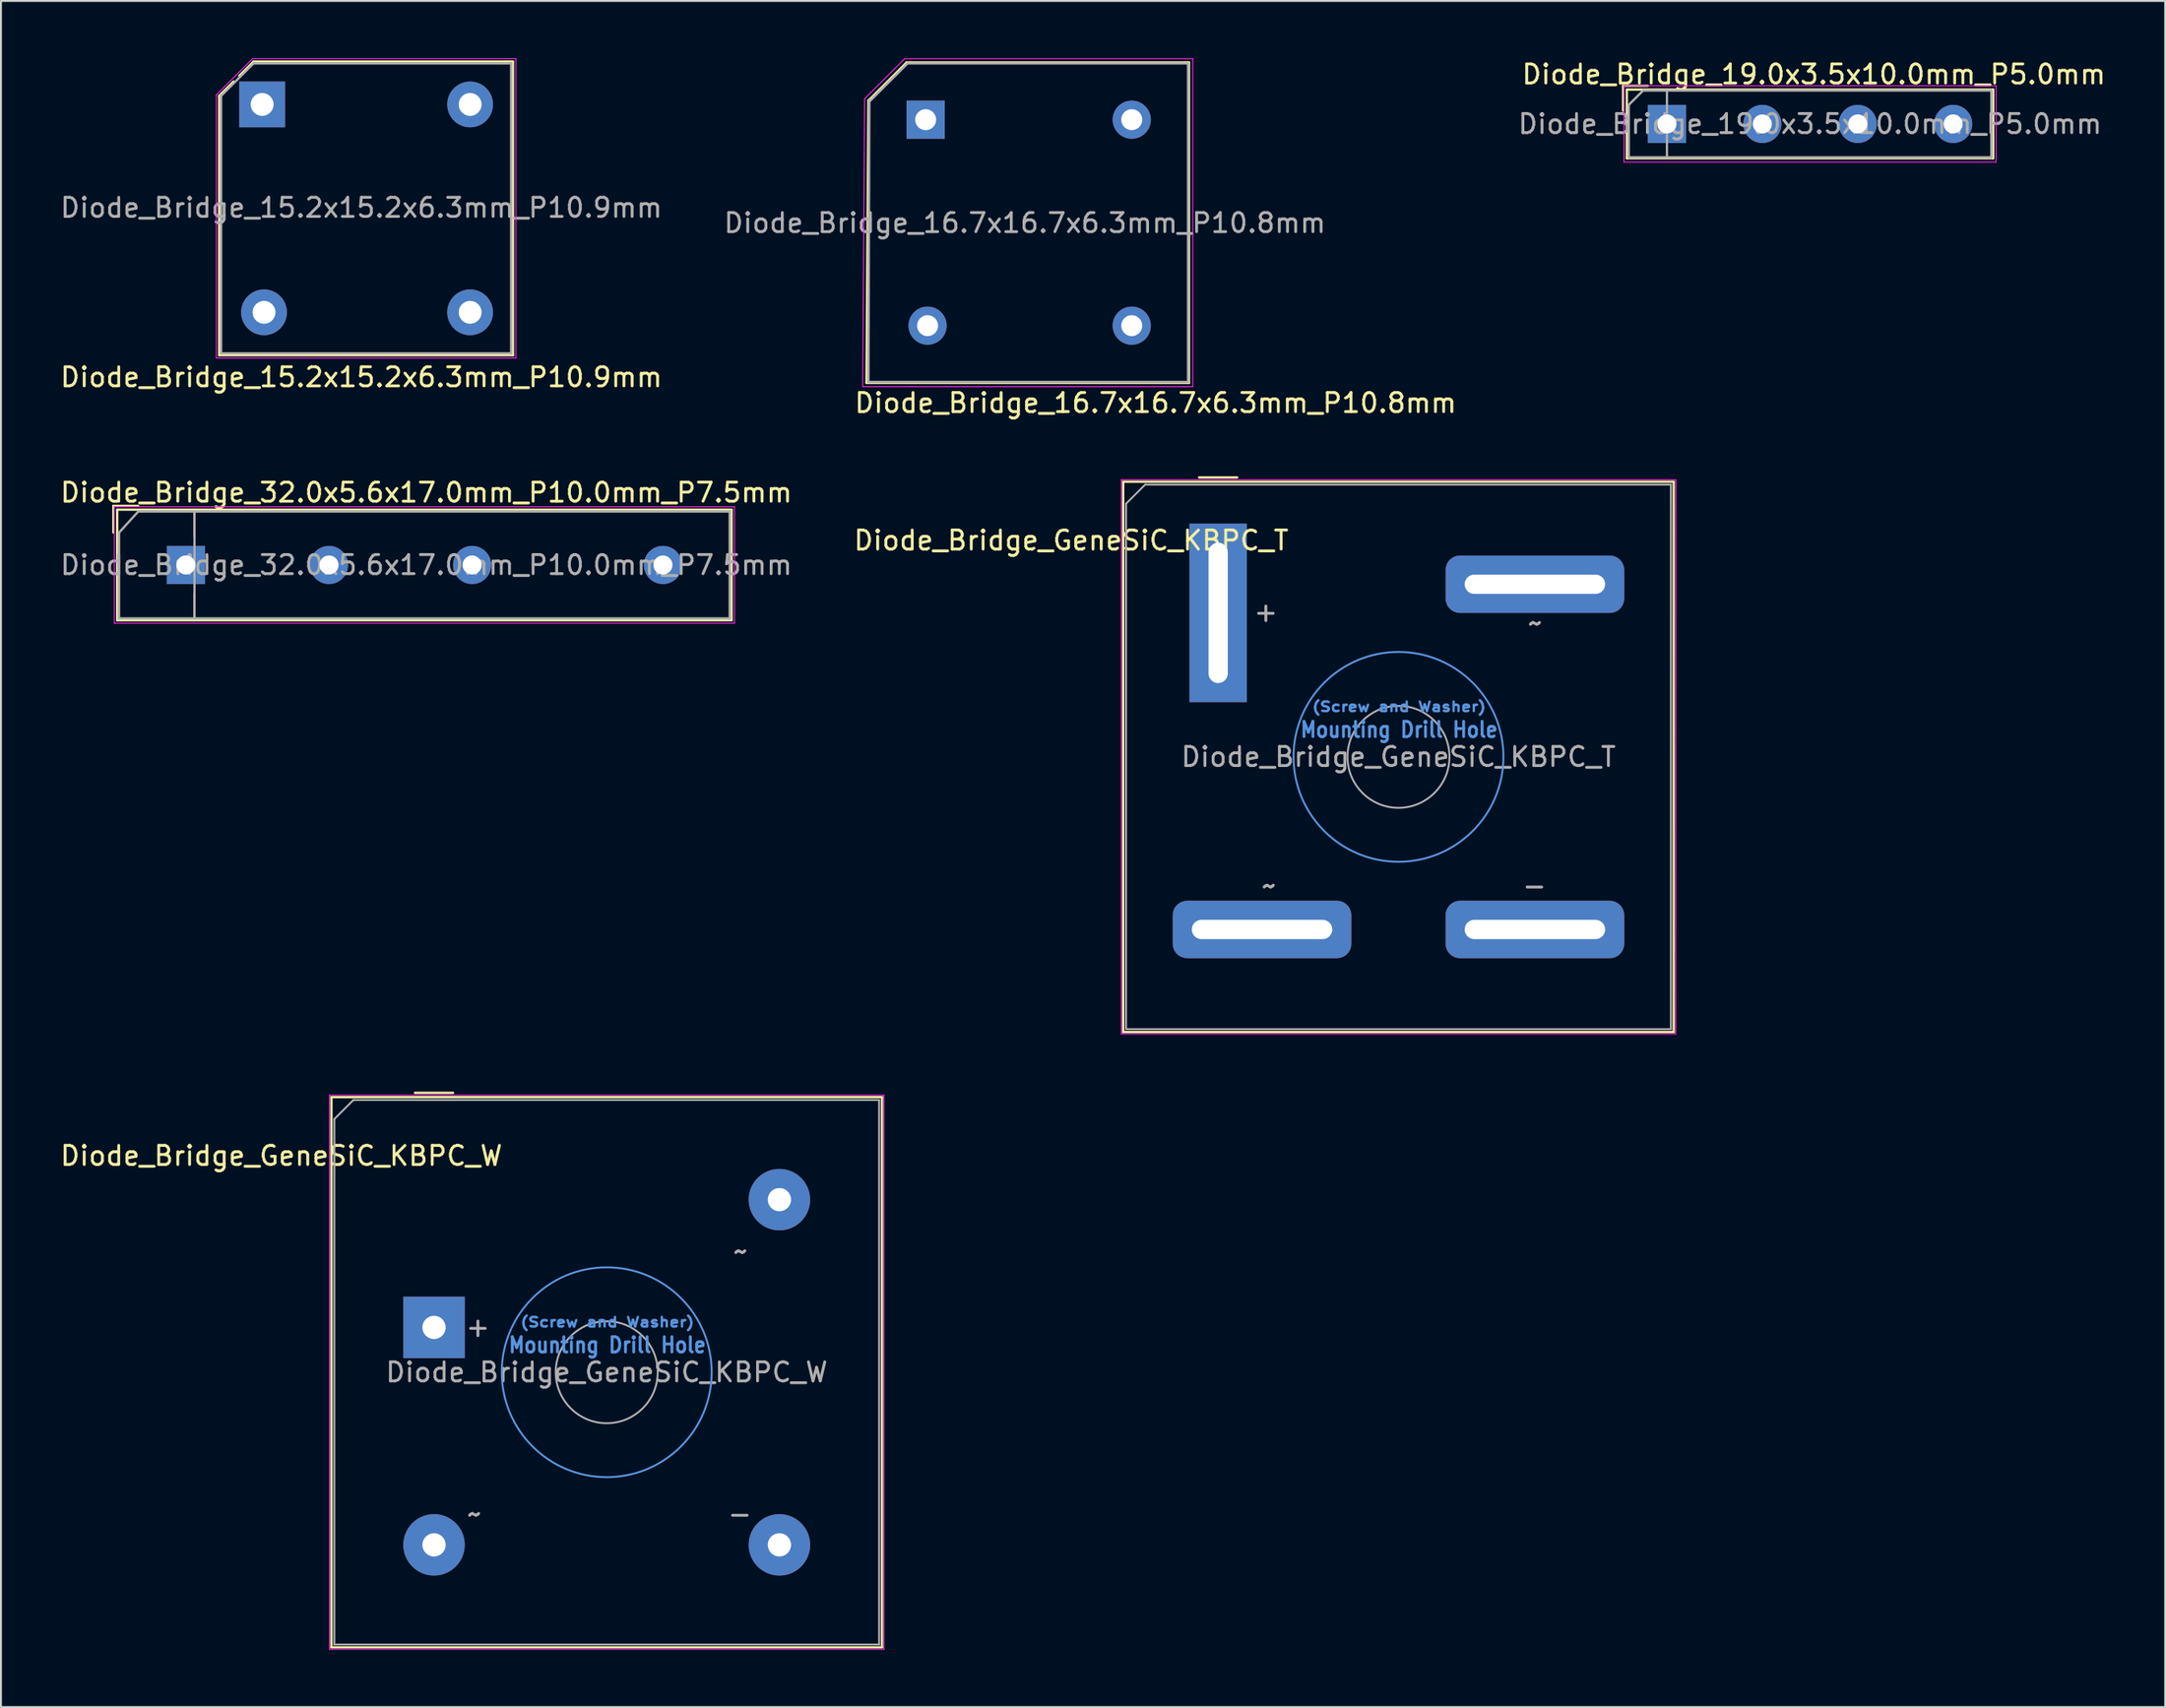
<source format=kicad_pcb>
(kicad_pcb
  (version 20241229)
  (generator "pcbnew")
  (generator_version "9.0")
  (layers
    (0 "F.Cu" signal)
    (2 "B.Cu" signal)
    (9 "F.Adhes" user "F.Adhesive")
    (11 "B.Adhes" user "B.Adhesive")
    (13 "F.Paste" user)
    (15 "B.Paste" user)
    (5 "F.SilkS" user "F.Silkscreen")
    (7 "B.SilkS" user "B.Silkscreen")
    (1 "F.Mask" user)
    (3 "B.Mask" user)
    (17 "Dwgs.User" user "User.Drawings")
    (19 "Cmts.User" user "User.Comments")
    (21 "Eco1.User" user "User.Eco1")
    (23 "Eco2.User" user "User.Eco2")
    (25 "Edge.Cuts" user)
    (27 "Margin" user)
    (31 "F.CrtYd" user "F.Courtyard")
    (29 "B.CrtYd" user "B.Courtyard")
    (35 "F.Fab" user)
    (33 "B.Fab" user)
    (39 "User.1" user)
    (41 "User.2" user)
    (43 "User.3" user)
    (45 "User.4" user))
  (footprint "Diode_Bridge_32.0x5.6x17.0mm_P10.0mm_P7.5mm"
    (layer "F.Cu")
    (at 6.692 26.572)
    (property "Reference" "Diode_Bridge_32.0x5.6x17.0mm_P10.0mm_P7.5mm" (at 12.6 -3.8 180) (layer "F.SilkS") (effects (font (size 1 1) (thickness 0.15))))
    (attr through_hole)
    (fp_line (start -3.8 -3.1) (end -2.5 -3.1) (stroke (width 0.12) (type solid)) (layer "F.SilkS"))
    (fp_line (start -3.8 -1.7) (end -3.8 -3.1) (stroke (width 0.12) (type solid)) (layer "F.SilkS"))
    (fp_line (start -3.6 -2.9) (end 28.6 -2.9) (stroke (width 0.12) (type solid)) (layer "F.SilkS"))
    (fp_line (start -3.6 2.9) (end -3.6 -2.9) (stroke (width 0.12) (type solid)) (layer "F.SilkS"))
    (fp_line (start 0.45 -2.9) (end 0.45 -1.5) (stroke (width 0.12) (type solid)) (layer "F.SilkS"))
    (fp_line (start 0.45 2.9) (end 0.45 1.5) (stroke (width 0.12) (type solid)) (layer "F.SilkS"))
    (fp_line (start 28.6 -2.9) (end 28.6 2.9) (stroke (width 0.12) (type solid)) (layer "F.SilkS"))
    (fp_line (start 28.6 2.9) (end -3.6 2.9) (stroke (width 0.12) (type solid)) (layer "F.SilkS"))
    (fp_line (start -3.75 -3.05) (end 28.75 -3.05) (stroke (width 0.05) (type solid)) (layer "F.CrtYd"))
    (fp_line (start -3.75 3.05) (end -3.75 -3.05) (stroke (width 0.05) (type solid)) (layer "F.CrtYd"))
    (fp_line (start 28.75 -3.05) (end 28.75 3.05) (stroke (width 0.05) (type solid)) (layer "F.CrtYd"))
    (fp_line (start 28.75 3.05) (end -3.75 3.05) (stroke (width 0.05) (type solid)) (layer "F.CrtYd"))
    (fp_line (start -3.5 -1.7) (end -3.5 2.8) (stroke (width 0.12) (type solid)) (layer "F.Fab"))
    (fp_line (start -3.5 2.8) (end 28.5 2.8) (stroke (width 0.12) (type solid)) (layer "F.Fab"))
    (fp_line (start -2.5 -2.8) (end -3.5 -1.7) (stroke (width 0.12) (type solid)) (layer "F.Fab"))
    (fp_line (start 0.45 -2.8) (end 0.45 2.8) (stroke (width 0.12) (type solid)) (layer "F.Fab"))
    (fp_line (start 28.5 -2.8) (end -2.5 -2.8) (stroke (width 0.12) (type solid)) (layer "F.Fab"))
    (fp_line (start 28.5 2.8) (end 28.5 -2.8) (stroke (width 0.12) (type solid)) (layer "F.Fab"))
    (fp_text user "${REFERENCE}" (at 12.6 0 180) (layer "F.Fab") (effects (font (size 1 1) (thickness 0.15))))
    (pad "1" thru_hole rect (at 0 0) (size 2 2) (drill 1) (layers "*.Cu" "*.Mask"))
    (pad "2" thru_hole circle (at 7.5 0) (size 2 2) (drill 1) (layers "*.Cu" "*.Mask"))
    (pad "3" thru_hole circle (at 15 0) (size 2 2) (drill 1) (layers "*.Cu" "*.Mask"))
    (pad "4" thru_hole circle (at 25 0) (size 2 2) (drill 1) (layers "*.Cu" "*.Mask")))
  (footprint "Diode_Bridge_GeneSiC_KBPC_W"
    (layer "F.Cu")
    (at 19.696 66.548)
    (property "Reference" "Diode_Bridge_GeneSiC_KBPC_W" (at -8 -9 0) (layer "F.SilkS") (effects (font (size 1 1) (thickness 0.15))))
    (attr through_hole)
    (fp_line (start -5.375 -12.075) (end 23.475 -12.075) (stroke (width 0.12) (type solid)) (layer "F.SilkS"))
    (fp_line (start -5.375 16.775) (end -5.375 -12.075) (stroke (width 0.12) (type solid)) (layer "F.SilkS"))
    (fp_line (start -1 -12.3) (end 1 -12.3) (stroke (width 0.12) (type solid)) (layer "F.SilkS"))
    (fp_line (start 23.475 -12.075) (end 23.475 16.775) (stroke (width 0.12) (type solid)) (layer "F.SilkS"))
    (fp_line (start 23.475 16.775) (end -5.375 16.775) (stroke (width 0.12) (type solid)) (layer "F.SilkS"))
    (fp_circle (center 9.05 2.35) (end 14.55 2.35) (stroke (width 0.1) (type solid)) (fill no) (layer "Cmts.User"))
    (fp_line (start -5.48 -12.18) (end 23.58 -12.18) (stroke (width 0.05) (type solid)) (layer "F.CrtYd"))
    (fp_line (start -5.48 16.88) (end -5.48 -12.18) (stroke (width 0.05) (type solid)) (layer "F.CrtYd"))
    (fp_line (start 23.58 -12.18) (end 23.58 16.88) (stroke (width 0.05) (type solid)) (layer "F.CrtYd"))
    (fp_line (start 23.58 16.88) (end -5.48 16.88) (stroke (width 0.05) (type solid)) (layer "F.CrtYd"))
    (fp_line (start -5.225 16.625) (end -5.225 -10.925) (stroke (width 0.1) (type solid)) (layer "F.Fab"))
    (fp_line (start -5.225 16.625) (end 23.325 16.625) (stroke (width 0.1) (type solid)) (layer "F.Fab"))
    (fp_line (start -4.225 -11.925) (end -5.225 -10.925) (stroke (width 0.1) (type solid)) (layer "F.Fab"))
    (fp_line (start -4.225 -11.925) (end 23.325 -11.925) (stroke (width 0.1) (type solid)) (layer "F.Fab"))
    (fp_line (start 23.325 -11.925) (end 23.325 16.625) (stroke (width 0.1) (type solid)) (layer "F.Fab"))
    (fp_circle (center 9.05 2.35) (end 11.722 2.35) (stroke (width 0.1) (type solid)) (fill no) (layer "F.Fab"))
    (fp_text user "(Screw and Washer)" (at 9.083 -0.275 0) (unlocked yes) (layer "Cmts.User") (effects (font (size 0.5 0.6) (thickness 0.125))))
    (fp_text user "Mounting Drill Hole" (at 9.083 0.925 0) (unlocked yes) (layer "Cmts.User") (effects (font (size 0.8 0.7) (thickness 0.15))))
    (fp_text user "~" (at 2.125 9.775 0) (unlocked yes) (layer "F.Fab") (effects (font (size 1 1) (thickness 0.15))))
    (fp_text user "+" (at 2.3 -0.025 0) (unlocked yes) (layer "F.Fab") (effects (font (size 1 1) (thickness 0.15))))
    (fp_text user "${REFERENCE}" (at 9.05 2.35 0) (layer "F.Fab") (effects (font (size 1 1) (thickness 0.15))))
    (fp_text user "~" (at 16.075 -4 0) (unlocked yes) (layer "F.Fab") (effects (font (size 1 1) (thickness 0.15))))
    (fp_text user "-" (at 16.025 9.775 0) (unlocked yes) (layer "F.Fab") (effects (font (size 1 1) (thickness 0.15))))
    (pad "1" thru_hole rect (at 0 0 180) (size 3.22 3.22) (drill 1.22) (layers "*.Cu" "*.Mask"))
    (pad "2" thru_hole circle (at 18.1 -6.7 180) (size 3.22 3.22) (drill 1.22) (layers "*.Cu" "*.Mask"))
    (pad "3" thru_hole circle (at 18.1 11.4 270) (size 3.22 3.22) (drill 1.22) (layers "*.Cu" "*.Mask"))
    (pad "4" thru_hole circle (at 0 11.4 180) (size 3.22 3.22) (drill 1.22) (layers "*.Cu" "*.Mask")))
  (footprint "Diode_Bridge_16.7x16.7x6.3mm_P10.8mm"
    (layer "F.Cu")
    (at 45.461 3.225)
    (property "Reference" "Diode_Bridge_16.7x16.7x6.3mm_P10.8mm" (at 12.05 14.85 180) (layer "F.SilkS") (effects (font (size 1 1) (thickness 0.15))))
    (attr through_hole)
    (fp_line (start -3.1 13.8) (end 13.8 13.8) (stroke (width 0.12) (type solid)) (layer "F.SilkS"))
    (fp_line (start -3 -1) (end -3.1 13.8) (stroke (width 0.12) (type solid)) (layer "F.SilkS"))
    (fp_line (start -1 -3) (end -3 -1) (stroke (width 0.12) (type solid)) (layer "F.SilkS"))
    (fp_line (start 13.8 -3) (end -1 -3) (stroke (width 0.12) (type solid)) (layer "F.SilkS"))
    (fp_line (start 13.8 13.8) (end 13.8 -3) (stroke (width 0.12) (type solid)) (layer "F.SilkS"))
    (fp_line (start -3.3 14) (end -3.2 -1.1) (stroke (width 0.05) (type solid)) (layer "F.CrtYd"))
    (fp_line (start -3.2 -1.1) (end -1.1 -3.2) (stroke (width 0.05) (type solid)) (layer "F.CrtYd"))
    (fp_line (start -1.1 -3.2) (end 14 -3.2) (stroke (width 0.05) (type solid)) (layer "F.CrtYd"))
    (fp_line (start 14 -3.2) (end 14 14) (stroke (width 0.05) (type solid)) (layer "F.CrtYd"))
    (fp_line (start 14 14) (end -3.3 14) (stroke (width 0.05) (type solid)) (layer "F.CrtYd"))
    (fp_line (start -3 13.75) (end -2.95 -0.95) (stroke (width 0.12) (type solid)) (layer "F.Fab"))
    (fp_line (start -2.95 -0.95) (end -0.95 -2.95) (stroke (width 0.12) (type solid)) (layer "F.Fab"))
    (fp_line (start -0.95 -2.95) (end 13.75 -2.95) (stroke (width 0.12) (type solid)) (layer "F.Fab"))
    (fp_line (start 13.75 -2.95) (end 13.75 13.75) (stroke (width 0.12) (type solid)) (layer "F.Fab"))
    (fp_line (start 13.75 13.75) (end -3 13.75) (stroke (width 0.12) (type solid)) (layer "F.Fab"))
    (fp_text user "${REFERENCE}" (at 5.2 5.415 180) (layer "F.Fab") (effects (font (size 1 1) (thickness 0.15))))
    (pad "1" thru_hole rect (at 0 0 180) (size 2 2) (drill 1.1) (layers "*.Cu" "*.Mask"))
    (pad "2" thru_hole circle (at 0.1 10.8 180) (size 2 2) (drill 1.1) (layers "*.Cu" "*.Mask"))
    (pad "3" thru_hole circle (at 10.8 10.8 180) (size 2 2) (drill 1.1) (layers "*.Cu" "*.Mask"))
    (pad "4" thru_hole circle (at 10.8 0 180) (size 2 2) (drill 1.1) (layers "*.Cu" "*.Mask")))
  (footprint "Diode_Bridge_15.2x15.2x6.3mm_P10.9mm"
    (layer "F.Cu")
    (at 10.687 2.425)
    (property "Reference" "Diode_Bridge_15.2x15.2x6.3mm_P10.9mm" (at 5.2 14.3 180) (layer "F.SilkS") (effects (font (size 1 1) (thickness 0.15))))
    (attr through_hole)
    (fp_line (start -2.25 -0.45) (end -1.5 -1.2) (stroke (width 0.12) (type solid)) (layer "F.SilkS"))
    (fp_line (start -2.25 13.15) (end -2.25 -0.45) (stroke (width 0.12) (type solid)) (layer "F.SilkS"))
    (fp_line (start -1.2 -1.5) (end -0.45 -2.25) (stroke (width 0.12) (type solid)) (layer "F.SilkS"))
    (fp_line (start -0.45 -2.25) (end 13.15 -2.25) (stroke (width 0.12) (type solid)) (layer "F.SilkS"))
    (fp_line (start 13.15 -2.25) (end 13.15 13.15) (stroke (width 0.12) (type solid)) (layer "F.SilkS"))
    (fp_line (start 13.15 13.15) (end -2.25 13.15) (stroke (width 0.12) (type solid)) (layer "F.SilkS"))
    (fp_line (start -2.4 -0.5) (end -0.5 -2.4) (stroke (width 0.05) (type solid)) (layer "F.CrtYd"))
    (fp_line (start -2.4 13.3) (end -2.4 -0.5) (stroke (width 0.05) (type solid)) (layer "F.CrtYd"))
    (fp_line (start -0.5 -2.4) (end 13.3 -2.4) (stroke (width 0.05) (type solid)) (layer "F.CrtYd"))
    (fp_line (start 13.3 -2.4) (end 13.3 13.3) (stroke (width 0.05) (type solid)) (layer "F.CrtYd"))
    (fp_line (start 13.3 13.3) (end -2.4 13.3) (stroke (width 0.05) (type solid)) (layer "F.CrtYd"))
    (fp_line (start -2.15 -0.45) (end -0.45 -2.15) (stroke (width 0.12) (type solid)) (layer "F.Fab"))
    (fp_line (start -2.15 13.05) (end -2.15 -0.45) (stroke (width 0.12) (type solid)) (layer "F.Fab"))
    (fp_line (start -0.45 -2.15) (end 13.05 -2.15) (stroke (width 0.12) (type solid)) (layer "F.Fab"))
    (fp_line (start 13.05 -2.15) (end 13.05 13.05) (stroke (width 0.12) (type solid)) (layer "F.Fab"))
    (fp_line (start 13.05 13.05) (end -2.15 13.05) (stroke (width 0.12) (type solid)) (layer "F.Fab"))
    (fp_text user "${REFERENCE}" (at 5.2 5.415 180) (layer "F.Fab") (effects (font (size 1 1) (thickness 0.15))))
    (pad "1" thru_hole rect (at 0 0 180) (size 2.4 2.4) (drill 1.2) (layers "*.Cu" "*.Mask"))
    (pad "2" thru_hole circle (at 0.1 10.9 180) (size 2.4 2.4) (drill 1.2) (layers "*.Cu" "*.Mask"))
    (pad "3" thru_hole circle (at 10.9 10.9 180) (size 2.4 2.4) (drill 1.2) (layers "*.Cu" "*.Mask"))
    (pad "4" thru_hole circle (at 10.9 0 180) (size 2.4 2.4) (drill 1.2) (layers "*.Cu" "*.Mask")))
  (footprint "Diode_Bridge_GeneSiC_KBPC_T"
    (layer "F.Cu")
    (at 60.789 29.083)
    (property "Reference" "Diode_Bridge_GeneSiC_KBPC_T" (at -7.7 -3.8 180) (layer "F.SilkS") (effects (font (size 1 1) (thickness 0.15))))
    (attr through_hole)
    (fp_line (start -4.975 -6.875) (end 23.875 -6.875) (stroke (width 0.12) (type solid)) (layer "F.SilkS"))
    (fp_line (start -4.975 21.975) (end -4.975 -6.875) (stroke (width 0.12) (type solid)) (layer "F.SilkS"))
    (fp_line (start -1 -7.1) (end 1 -7.1) (stroke (width 0.12) (type solid)) (layer "F.SilkS"))
    (fp_line (start 23.875 -6.875) (end 23.875 21.975) (stroke (width 0.12) (type solid)) (layer "F.SilkS"))
    (fp_line (start 23.875 21.975) (end -4.975 21.975) (stroke (width 0.12) (type solid)) (layer "F.SilkS"))
    (fp_circle (center 9.45 7.55) (end 14.95 7.55) (stroke (width 0.1) (type solid)) (fill no) (layer "Cmts.User"))
    (fp_line (start -5.08 -6.98) (end 23.99 -6.98) (stroke (width 0.05) (type solid)) (layer "F.CrtYd"))
    (fp_line (start -5.08 22.08) (end -5.08 -6.98) (stroke (width 0.05) (type solid)) (layer "F.CrtYd"))
    (fp_line (start 23.98 22.08) (end -5.08 22.08) (stroke (width 0.05) (type solid)) (layer "F.CrtYd"))
    (fp_line (start 23.99 -6.98) (end 23.98 22.08) (stroke (width 0.05) (type solid)) (layer "F.CrtYd"))
    (fp_line (start -4.825 21.825) (end -4.825 -5.725) (stroke (width 0.1) (type solid)) (layer "F.Fab"))
    (fp_line (start -4.825 21.825) (end 23.725 21.825) (stroke (width 0.1) (type solid)) (layer "F.Fab"))
    (fp_line (start -3.825 -6.725) (end -4.825 -5.725) (stroke (width 0.1) (type solid)) (layer "F.Fab"))
    (fp_line (start -3.825 -6.725) (end 23.725 -6.725) (stroke (width 0.1) (type solid)) (layer "F.Fab"))
    (fp_line (start 23.725 -6.725) (end 23.725 21.825) (stroke (width 0.1) (type solid)) (layer "F.Fab"))
    (fp_circle (center 9.45 7.55) (end 12.122 7.55) (stroke (width 0.1) (type solid)) (fill no) (layer "F.Fab"))
    (fp_text user "Mounting Drill Hole" (at 9.483 6.125 0) (unlocked yes) (layer "Cmts.User") (effects (font (size 0.8 0.7) (thickness 0.15))))
    (fp_text user "(Screw and Washer)" (at 9.483 4.925 0) (unlocked yes) (layer "Cmts.User") (effects (font (size 0.5 0.6) (thickness 0.125))))
    (fp_text user "${REFERENCE}" (at 9.45 7.55 180) (layer "F.Fab") (effects (font (size 1 1) (thickness 0.15))))
    (fp_text user "~" (at 2.675 14.3 0) (unlocked yes) (layer "F.Fab") (effects (font (size 1 1) (thickness 0.15))))
    (fp_text user "~" (at 16.625 0.525 0) (unlocked yes) (layer "F.Fab") (effects (font (size 1 1) (thickness 0.15))))
    (fp_text user "-" (at 16.575 14.3 0) (unlocked yes) (layer "F.Fab") (effects (font (size 1 1) (thickness 0.15))))
    (fp_text user "+" (at 2.5 -0.05 0) (unlocked yes) (layer "F.Fab") (effects (font (size 1 1) (thickness 0.15))))
    (pad "1" thru_hole rect (at 0 0 90) (size 9.36 3.01) (drill oval 7.36 1.01) (layers "*.Cu" "*.Mask"))
    (pad "2" thru_hole roundrect (at 16.6 -1.5) (size 9.36 3.01) (drill oval 7.36 1.01) (layers "*.Cu" "*.Mask") (roundrect_rratio 0.25))
    (pad "3" thru_hole roundrect (at 16.6 16.6) (size 9.36 3.01) (drill oval 7.36 1.01) (layers "*.Cu" "*.Mask") (roundrect_rratio 0.25))
    (pad "4" thru_hole roundrect (at 2.3 16.6) (size 9.36 3.01) (drill oval 7.36 1.01) (layers "*.Cu" "*.Mask") (roundrect_rratio 0.25)))
  (footprint "Diode_Bridge_19.0x3.5x10.0mm_P5.0mm"
    (layer "F.Cu")
    (at 84.308 3.448)
    (property "Reference" "Diode_Bridge_19.0x3.5x10.0mm_P5.0mm" (at 7.7 -2.6 180) (layer "F.SilkS") (effects (font (size 1 1) (thickness 0.15))))
    (attr through_hole)
    (fp_line (start -2.3 -2) (end -1 -2) (stroke (width 0.12) (type solid)) (layer "F.SilkS"))
    (fp_line (start -2.3 -0.7) (end -2.3 -2) (stroke (width 0.12) (type solid)) (layer "F.SilkS"))
    (fp_line (start -2.1 -1.8) (end 17.1 -1.8) (stroke (width 0.12) (type solid)) (layer "F.SilkS"))
    (fp_line (start -2.1 1.8) (end -2.1 -1.8) (stroke (width 0.12) (type solid)) (layer "F.SilkS"))
    (fp_line (start 17.1 -1.8) (end 17.1 1.8) (stroke (width 0.12) (type solid)) (layer "F.SilkS"))
    (fp_line (start 17.1 1.8) (end -2.1 1.8) (stroke (width 0.12) (type solid)) (layer "F.SilkS"))
    (fp_line (start -2.25 -2) (end -2.25 2) (stroke (width 0.05) (type solid)) (layer "F.CrtYd"))
    (fp_line (start -2.25 -2) (end 17.25 -2) (stroke (width 0.05) (type solid)) (layer "F.CrtYd"))
    (fp_line (start 17.25 2) (end -2.25 2) (stroke (width 0.05) (type solid)) (layer "F.CrtYd"))
    (fp_line (start 17.25 2) (end 17.25 -2) (stroke (width 0.05) (type solid)) (layer "F.CrtYd"))
    (fp_line (start -2 -1) (end -1.25 -1.75) (stroke (width 0.12) (type solid)) (layer "F.Fab"))
    (fp_line (start -2 1.75) (end -2 -1) (stroke (width 0.12) (type solid)) (layer "F.Fab"))
    (fp_line (start -1.25 -1.75) (end 17 -1.75) (stroke (width 0.12) (type solid)) (layer "F.Fab"))
    (fp_line (start 0 -1.75) (end 0 1.75) (stroke (width 0.12) (type solid)) (layer "F.Fab"))
    (fp_line (start 17 -1.75) (end 17 1.75) (stroke (width 0.12) (type solid)) (layer "F.Fab"))
    (fp_line (start 17 1.75) (end -2 1.75) (stroke (width 0.12) (type solid)) (layer "F.Fab"))
    (fp_text user "${REFERENCE}" (at 7.5 0 180) (layer "F.Fab") (effects (font (size 1 1) (thickness 0.15))))
    (pad "1" thru_hole rect (at 0 0) (size 2 2) (drill 1) (layers "*.Cu" "*.Mask"))
    (pad "2" thru_hole circle (at 5 0) (size 2 2) (drill 1) (layers "*.Cu" "*.Mask"))
    (pad "3" thru_hole circle (at 10 0) (size 2 2) (drill 1) (layers "*.Cu" "*.Mask"))
    (pad "4" thru_hole circle (at 15 0) (size 2 2) (drill 1) (layers "*.Cu" "*.Mask")))
  (gr_rect
    (start -3 -3)
    (end 110.419 86.453)
    (stroke (width 0.1) (type default))
    (fill no)
    (layer "Edge.Cuts")))
</source>
